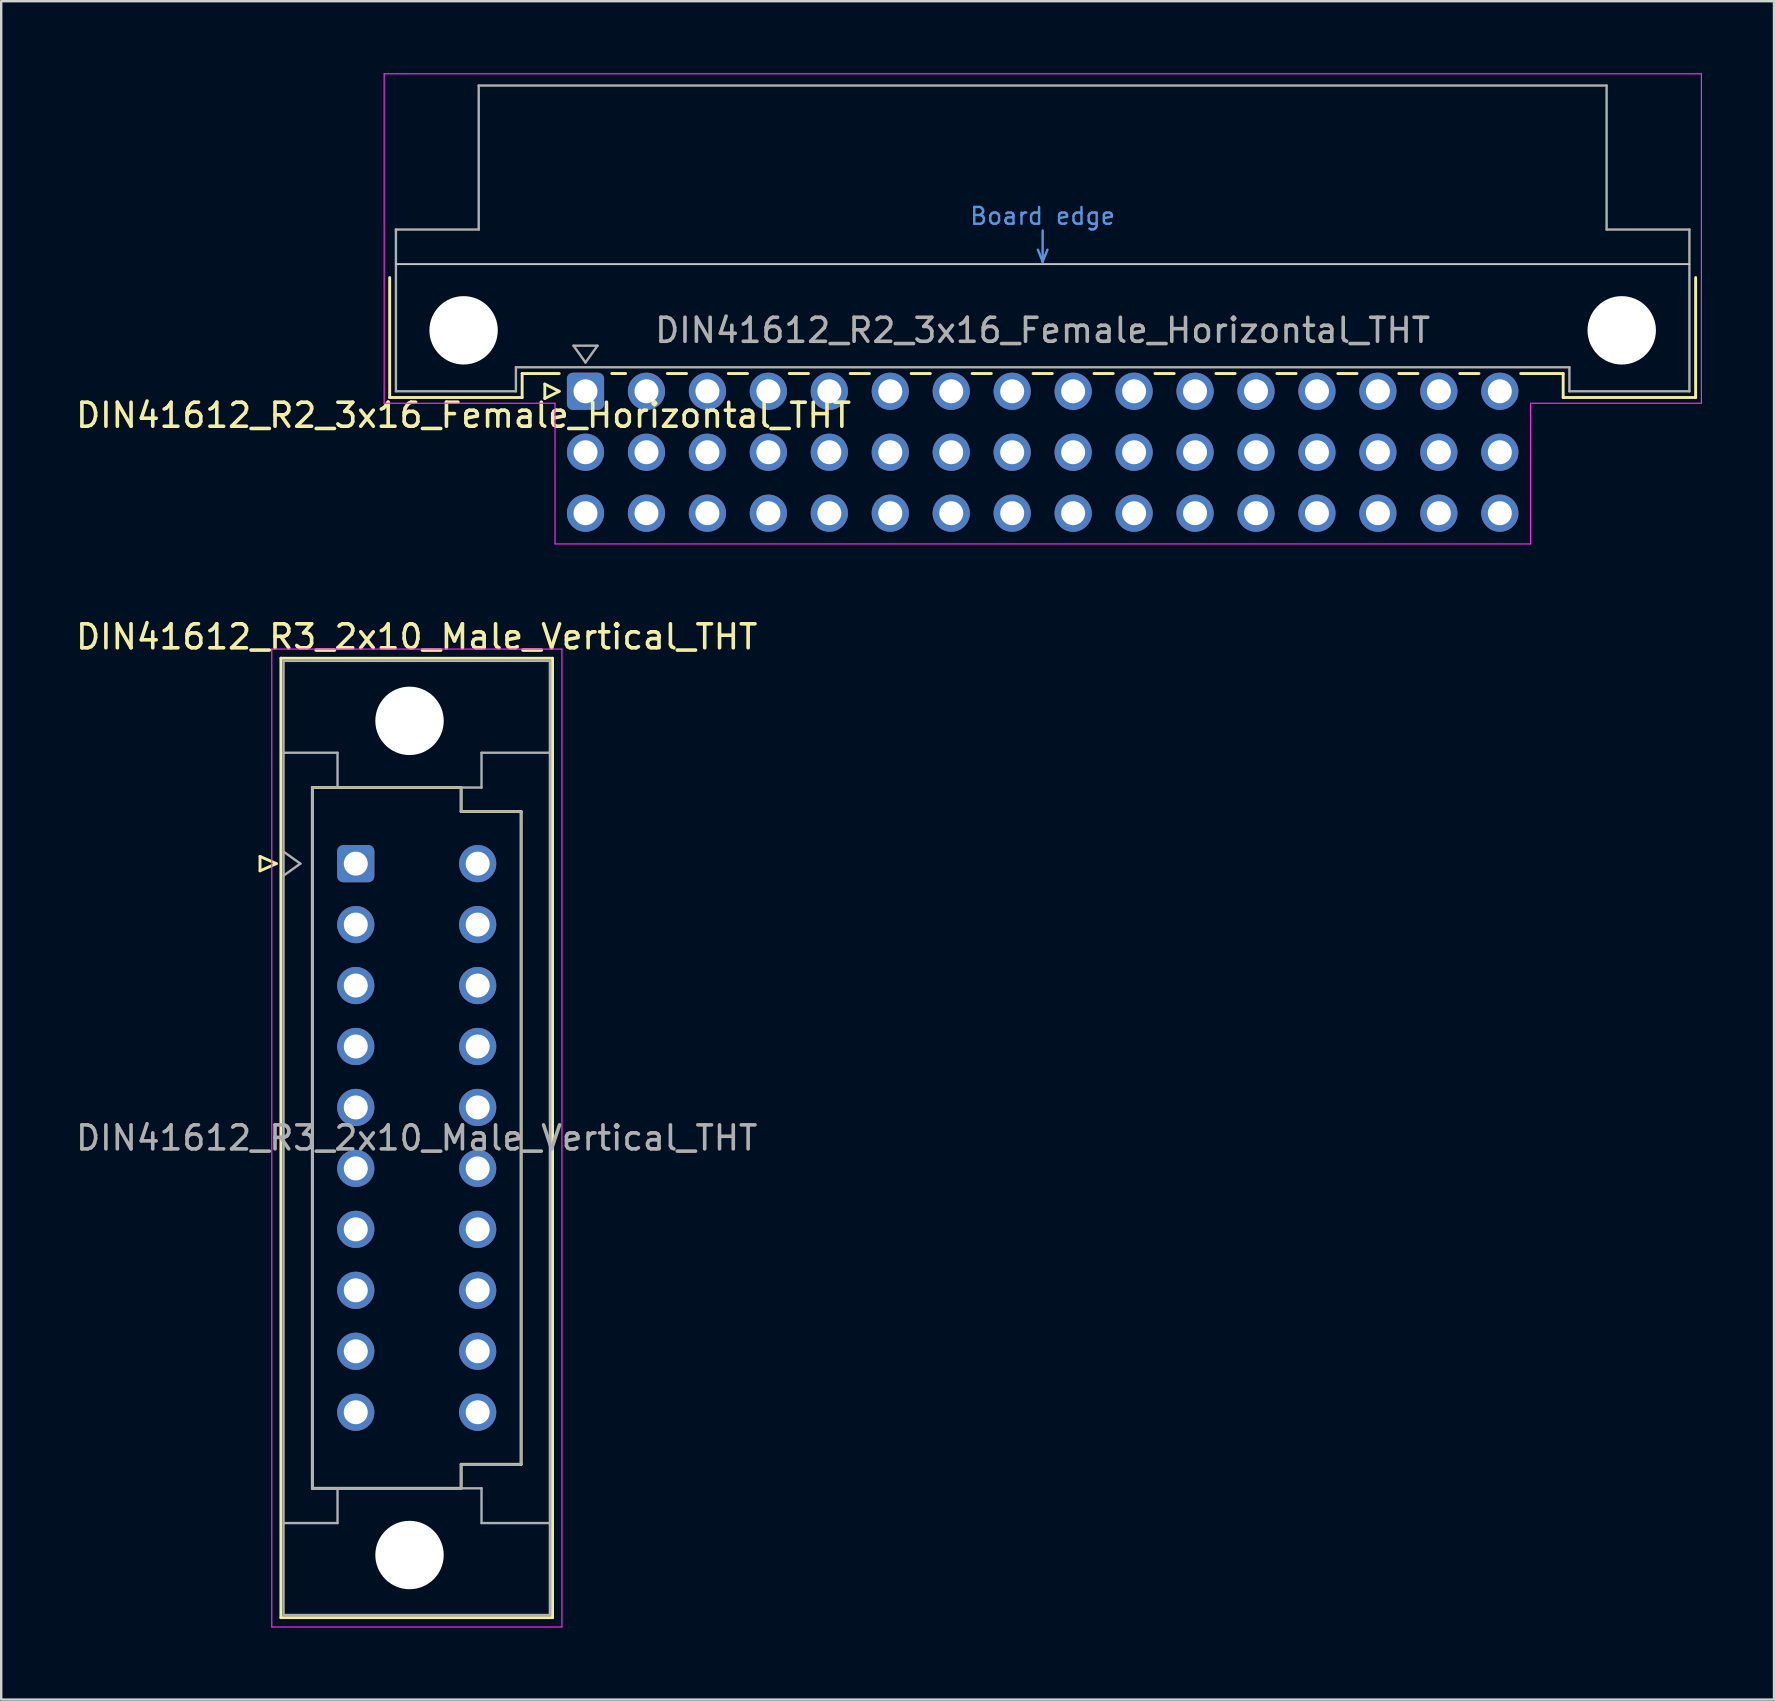
<source format=kicad_pcb>
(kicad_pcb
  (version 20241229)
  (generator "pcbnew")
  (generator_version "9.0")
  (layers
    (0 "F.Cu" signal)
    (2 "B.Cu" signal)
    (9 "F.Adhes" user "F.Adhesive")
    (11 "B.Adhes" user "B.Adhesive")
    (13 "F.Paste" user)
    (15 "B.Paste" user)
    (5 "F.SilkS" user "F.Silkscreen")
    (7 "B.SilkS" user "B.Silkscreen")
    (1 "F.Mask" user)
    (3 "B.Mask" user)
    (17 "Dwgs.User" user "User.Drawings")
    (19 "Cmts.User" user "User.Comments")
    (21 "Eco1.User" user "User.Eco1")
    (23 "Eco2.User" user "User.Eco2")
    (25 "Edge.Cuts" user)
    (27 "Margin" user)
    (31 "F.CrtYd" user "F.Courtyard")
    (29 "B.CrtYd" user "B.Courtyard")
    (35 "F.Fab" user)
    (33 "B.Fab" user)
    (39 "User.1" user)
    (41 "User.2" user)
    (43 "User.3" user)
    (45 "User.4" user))
  (footprint "DIN41612_R3_2x10_Male_Vertical_THT"
    (layer "F.Cu")
    (at 11.775 32.938)
    (property "Reference" "DIN41612_R3_2x10_Male_Vertical_THT" (at 2.54 -9.45 0) (layer "F.SilkS") (effects (font (size 1 1) (thickness 0.15))))
    (attr through_hole)
    (fp_line (start -3.99 -0.3) (end -3.99 0.3) (stroke (width 0.12) (type solid)) (layer "F.SilkS"))
    (fp_line (start -3.99 0.3) (end -3.31 0) (stroke (width 0.12) (type solid)) (layer "F.SilkS"))
    (fp_line (start -3.31 0) (end -3.99 -0.3) (stroke (width 0.12) (type solid)) (layer "F.SilkS"))
    (fp_line (start -3.12 -8.56) (end 8.2 -8.56) (stroke (width 0.12) (type solid)) (layer "F.SilkS"))
    (fp_line (start -3.12 31.42) (end -3.12 -8.56) (stroke (width 0.12) (type solid)) (layer "F.SilkS"))
    (fp_line (start -1.81 -3.17) (end 4.39 -3.17) (stroke (width 0.12) (type solid)) (layer "F.SilkS"))
    (fp_line (start -1.81 26.03) (end -1.81 -3.17) (stroke (width 0.12) (type solid)) (layer "F.SilkS"))
    (fp_line (start 4.39 -3.17) (end 4.39 -2.17) (stroke (width 0.12) (type solid)) (layer "F.SilkS"))
    (fp_line (start 4.39 -2.17) (end 6.89 -2.17) (stroke (width 0.12) (type solid)) (layer "F.SilkS"))
    (fp_line (start 4.39 25.03) (end 4.39 26.03) (stroke (width 0.12) (type solid)) (layer "F.SilkS"))
    (fp_line (start 4.39 26.03) (end -1.81 26.03) (stroke (width 0.12) (type solid)) (layer "F.SilkS"))
    (fp_line (start 6.89 -2.17) (end 6.89 25.03) (stroke (width 0.12) (type solid)) (layer "F.SilkS"))
    (fp_line (start 6.89 25.03) (end 4.39 25.03) (stroke (width 0.12) (type solid)) (layer "F.SilkS"))
    (fp_line (start 8.2 -8.56) (end 8.2 31.42) (stroke (width 0.12) (type solid)) (layer "F.SilkS"))
    (fp_line (start 8.2 31.42) (end -3.12 31.42) (stroke (width 0.12) (type solid)) (layer "F.SilkS"))
    (fp_line (start -3.5 -8.94) (end 8.59 -8.94) (stroke (width 0.05) (type solid)) (layer "F.CrtYd"))
    (fp_line (start -3.5 31.81) (end -3.5 -8.94) (stroke (width 0.05) (type solid)) (layer "F.CrtYd"))
    (fp_line (start 8.59 -8.94) (end 8.59 31.81) (stroke (width 0.05) (type solid)) (layer "F.CrtYd"))
    (fp_line (start 8.59 31.81) (end -3.5 31.81) (stroke (width 0.05) (type solid)) (layer "F.CrtYd"))
    (fp_line (start -3.01 -8.45) (end 8.09 -8.45) (stroke (width 0.1) (type solid)) (layer "F.Fab"))
    (fp_line (start -3.01 -4.62) (end -0.76 -4.62) (stroke (width 0.1) (type solid)) (layer "F.Fab"))
    (fp_line (start -3.01 -0.5) (end -2.31 0) (stroke (width 0.1) (type solid)) (layer "F.Fab"))
    (fp_line (start -3.01 27.48) (end -0.76 27.48) (stroke (width 0.1) (type solid)) (layer "F.Fab"))
    (fp_line (start -3.01 31.31) (end -3.01 -8.45) (stroke (width 0.1) (type solid)) (layer "F.Fab"))
    (fp_line (start -2.31 0) (end -3.01 0.5) (stroke (width 0.1) (type solid)) (layer "F.Fab"))
    (fp_line (start -1.81 -3.17) (end 4.39 -3.17) (stroke (width 0.1) (type solid)) (layer "F.Fab"))
    (fp_line (start -1.81 26.03) (end -1.81 -3.17) (stroke (width 0.1) (type solid)) (layer "F.Fab"))
    (fp_line (start -0.76 -4.62) (end -0.76 -3.17) (stroke (width 0.1) (type solid)) (layer "F.Fab"))
    (fp_line (start -0.76 27.48) (end -0.76 26.03) (stroke (width 0.1) (type solid)) (layer "F.Fab"))
    (fp_line (start 4.39 -3.17) (end 4.39 -2.17) (stroke (width 0.1) (type solid)) (layer "F.Fab"))
    (fp_line (start 4.39 -3.17) (end 5.24 -3.17) (stroke (width 0.1) (type solid)) (layer "F.Fab"))
    (fp_line (start 4.39 -2.17) (end 6.89 -2.17) (stroke (width 0.1) (type solid)) (layer "F.Fab"))
    (fp_line (start 4.39 25.03) (end 4.39 26.03) (stroke (width 0.1) (type solid)) (layer "F.Fab"))
    (fp_line (start 4.39 26.03) (end -1.81 26.03) (stroke (width 0.1) (type solid)) (layer "F.Fab"))
    (fp_line (start 4.39 26.03) (end 5.24 26.03) (stroke (width 0.1) (type solid)) (layer "F.Fab"))
    (fp_line (start 5.24 -4.62) (end 8.09 -4.62) (stroke (width 0.1) (type solid)) (layer "F.Fab"))
    (fp_line (start 5.24 -3.17) (end 5.24 -4.62) (stroke (width 0.1) (type solid)) (layer "F.Fab"))
    (fp_line (start 5.24 26.03) (end 5.24 27.48) (stroke (width 0.1) (type solid)) (layer "F.Fab"))
    (fp_line (start 5.24 27.48) (end 8.09 27.48) (stroke (width 0.1) (type solid)) (layer "F.Fab"))
    (fp_line (start 6.89 -2.17) (end 6.89 25.03) (stroke (width 0.1) (type solid)) (layer "F.Fab"))
    (fp_line (start 6.89 25.03) (end 4.39 25.03) (stroke (width 0.1) (type solid)) (layer "F.Fab"))
    (fp_line (start 8.09 -8.45) (end 8.09 31.31) (stroke (width 0.1) (type solid)) (layer "F.Fab"))
    (fp_line (start 8.09 31.31) (end -3.01 31.31) (stroke (width 0.1) (type solid)) (layer "F.Fab"))
    (fp_text user "${REFERENCE}" (at 2.54 11.43 0) (layer "F.Fab") (effects (font (size 1 1) (thickness 0.15))))
    (pad "" np_thru_hole circle (at 2.24 -5.95) (size 2.85 2.85) (drill 2.85) (layers "*.Cu" "*.Mask"))
    (pad "" np_thru_hole circle (at 2.24 28.81) (size 2.85 2.85) (drill 2.85) (layers "*.Cu" "*.Mask"))
    (pad "a1" thru_hole roundrect (at 0 0) (size 1.55 1.55) (drill 1) (layers "*.Cu" "*.Mask") (roundrect_rratio 0.161))
    (pad "a2" thru_hole circle (at 0 2.54) (size 1.55 1.55) (drill 1) (layers "*.Cu" "*.Mask"))
    (pad "a3" thru_hole circle (at 0 5.08) (size 1.55 1.55) (drill 1) (layers "*.Cu" "*.Mask"))
    (pad "a4" thru_hole circle (at 0 7.62) (size 1.55 1.55) (drill 1) (layers "*.Cu" "*.Mask"))
    (pad "a5" thru_hole circle (at 0 10.16) (size 1.55 1.55) (drill 1) (layers "*.Cu" "*.Mask"))
    (pad "a6" thru_hole circle (at 0 12.7) (size 1.55 1.55) (drill 1) (layers "*.Cu" "*.Mask"))
    (pad "a7" thru_hole circle (at 0 15.24) (size 1.55 1.55) (drill 1) (layers "*.Cu" "*.Mask"))
    (pad "a8" thru_hole circle (at 0 17.78) (size 1.55 1.55) (drill 1) (layers "*.Cu" "*.Mask"))
    (pad "a9" thru_hole circle (at 0 20.32) (size 1.55 1.55) (drill 1) (layers "*.Cu" "*.Mask"))
    (pad "a10" thru_hole circle (at 0 22.86) (size 1.55 1.55) (drill 1) (layers "*.Cu" "*.Mask"))
    (pad "c1" thru_hole circle (at 5.08 0) (size 1.55 1.55) (drill 1) (layers "*.Cu" "*.Mask"))
    (pad "c2" thru_hole circle (at 5.08 2.54) (size 1.55 1.55) (drill 1) (layers "*.Cu" "*.Mask"))
    (pad "c3" thru_hole circle (at 5.08 5.08) (size 1.55 1.55) (drill 1) (layers "*.Cu" "*.Mask"))
    (pad "c4" thru_hole circle (at 5.08 7.62) (size 1.55 1.55) (drill 1) (layers "*.Cu" "*.Mask"))
    (pad "c5" thru_hole circle (at 5.08 10.16) (size 1.55 1.55) (drill 1) (layers "*.Cu" "*.Mask"))
    (pad "c6" thru_hole circle (at 5.08 12.7) (size 1.55 1.55) (drill 1) (layers "*.Cu" "*.Mask"))
    (pad "c7" thru_hole circle (at 5.08 15.24) (size 1.55 1.55) (drill 1) (layers "*.Cu" "*.Mask"))
    (pad "c8" thru_hole circle (at 5.08 17.78) (size 1.55 1.55) (drill 1) (layers "*.Cu" "*.Mask"))
    (pad "c9" thru_hole circle (at 5.08 20.32) (size 1.55 1.55) (drill 1) (layers "*.Cu" "*.Mask"))
    (pad "c10" thru_hole circle (at 5.08 22.86) (size 1.55 1.55) (drill 1) (layers "*.Cu" "*.Mask")))
  (footprint "DIN41612_R2_3x16_Female_Horizontal_THT"
    (layer "F.Cu")
    (at 21.348 13.255)
    (property "Reference" "DIN41612_R2_3x16_Female_Horizontal_THT" (at -5.08 1 0) (layer "F.SilkS") (effects (font (size 1 1) (thickness 0.15))))
    (attr through_hole)
    (fp_line (start -8.16 -4.74) (end -8.16 0.26) (stroke (width 0.12) (type solid)) (layer "F.SilkS"))
    (fp_line (start -8.16 0.26) (end -2.64 0.26) (stroke (width 0.12) (type solid)) (layer "F.SilkS"))
    (fp_line (start -2.64 -0.74) (end -1.095 -0.74) (stroke (width 0.12) (type solid)) (layer "F.SilkS"))
    (fp_line (start -2.64 0.26) (end -2.64 -0.74) (stroke (width 0.12) (type solid)) (layer "F.SilkS"))
    (fp_line (start -1.695 -0.3) (end -1.695 0.3) (stroke (width 0.12) (type solid)) (layer "F.SilkS"))
    (fp_line (start -1.695 0.3) (end -1.095 0) (stroke (width 0.12) (type solid)) (layer "F.SilkS"))
    (fp_line (start -1.095 0) (end -1.695 -0.3) (stroke (width 0.12) (type solid)) (layer "F.SilkS"))
    (fp_line (start 1.095 -0.74) (end 1.671 -0.74) (stroke (width 0.12) (type solid)) (layer "F.SilkS"))
    (fp_line (start 3.41 -0.74) (end 4.211 -0.74) (stroke (width 0.12) (type solid)) (layer "F.SilkS"))
    (fp_line (start 5.95 -0.74) (end 6.751 -0.74) (stroke (width 0.12) (type solid)) (layer "F.SilkS"))
    (fp_line (start 8.49 -0.74) (end 9.291 -0.74) (stroke (width 0.12) (type solid)) (layer "F.SilkS"))
    (fp_line (start 11.03 -0.74) (end 11.831 -0.74) (stroke (width 0.12) (type solid)) (layer "F.SilkS"))
    (fp_line (start 13.57 -0.74) (end 14.371 -0.74) (stroke (width 0.12) (type solid)) (layer "F.SilkS"))
    (fp_line (start 16.11 -0.74) (end 16.911 -0.74) (stroke (width 0.12) (type solid)) (layer "F.SilkS"))
    (fp_line (start 18.65 -0.74) (end 19.451 -0.74) (stroke (width 0.12) (type solid)) (layer "F.SilkS"))
    (fp_line (start 21.19 -0.74) (end 21.991 -0.74) (stroke (width 0.12) (type solid)) (layer "F.SilkS"))
    (fp_line (start 23.73 -0.74) (end 24.531 -0.74) (stroke (width 0.12) (type solid)) (layer "F.SilkS"))
    (fp_line (start 26.27 -0.74) (end 27.071 -0.74) (stroke (width 0.12) (type solid)) (layer "F.SilkS"))
    (fp_line (start 28.81 -0.74) (end 29.611 -0.74) (stroke (width 0.12) (type solid)) (layer "F.SilkS"))
    (fp_line (start 31.35 -0.74) (end 32.151 -0.74) (stroke (width 0.12) (type solid)) (layer "F.SilkS"))
    (fp_line (start 33.89 -0.74) (end 34.691 -0.74) (stroke (width 0.12) (type solid)) (layer "F.SilkS"))
    (fp_line (start 36.43 -0.74) (end 37.231 -0.74) (stroke (width 0.12) (type solid)) (layer "F.SilkS"))
    (fp_line (start 38.97 -0.74) (end 40.74 -0.74) (stroke (width 0.12) (type solid)) (layer "F.SilkS"))
    (fp_line (start 40.74 0.26) (end 40.74 -0.74) (stroke (width 0.12) (type solid)) (layer "F.SilkS"))
    (fp_line (start 46.26 -4.74) (end 46.26 0.26) (stroke (width 0.12) (type solid)) (layer "F.SilkS"))
    (fp_line (start 46.26 0.26) (end 40.74 0.26) (stroke (width 0.12) (type solid)) (layer "F.SilkS"))
    (fp_line (start -7.9 -5.3) (end 46 -5.3) (stroke (width 0.08) (type solid)) (layer "Dwgs.User"))
    (fp_line (start 18.85 -5.9) (end 19.05 -5.4) (stroke (width 0.1) (type solid)) (layer "Cmts.User"))
    (fp_line (start 19.05 -5.4) (end 19.05 -6.7) (stroke (width 0.1) (type solid)) (layer "Cmts.User"))
    (fp_line (start 19.05 -5.4) (end 19.25 -5.9) (stroke (width 0.1) (type solid)) (layer "Cmts.User"))
    (fp_line (start -8.39 -13.23) (end -8.39 0.5) (stroke (width 0.05) (type solid)) (layer "F.CrtYd"))
    (fp_line (start -8.39 0.5) (end -1.27 0.5) (stroke (width 0.05) (type solid)) (layer "F.CrtYd"))
    (fp_line (start -1.27 0.5) (end -1.27 6.36) (stroke (width 0.05) (type solid)) (layer "F.CrtYd"))
    (fp_line (start -1.27 6.36) (end 39.38 6.36) (stroke (width 0.05) (type solid)) (layer "F.CrtYd"))
    (fp_line (start 39.38 0.5) (end 46.5 0.5) (stroke (width 0.05) (type solid)) (layer "F.CrtYd"))
    (fp_line (start 39.38 6.36) (end 39.38 0.5) (stroke (width 0.05) (type solid)) (layer "F.CrtYd"))
    (fp_line (start 46.5 -13.23) (end -8.39 -13.23) (stroke (width 0.05) (type solid)) (layer "F.CrtYd"))
    (fp_line (start 46.5 0.5) (end 46.5 -13.23) (stroke (width 0.05) (type solid)) (layer "F.CrtYd"))
    (fp_line (start -7.9 -6.74) (end -7.9 0) (stroke (width 0.1) (type solid)) (layer "F.Fab"))
    (fp_line (start -7.9 0) (end -2.9 0) (stroke (width 0.1) (type solid)) (layer "F.Fab"))
    (fp_line (start -4.45 -12.74) (end -4.45 -6.74) (stroke (width 0.1) (type solid)) (layer "F.Fab"))
    (fp_line (start -4.45 -6.74) (end -7.9 -6.74) (stroke (width 0.1) (type solid)) (layer "F.Fab"))
    (fp_line (start -2.9 -1) (end 41 -1) (stroke (width 0.1) (type solid)) (layer "F.Fab"))
    (fp_line (start -2.9 0) (end -2.9 -1) (stroke (width 0.1) (type solid)) (layer "F.Fab"))
    (fp_line (start -0.5 -1.9) (end 0.5 -1.9) (stroke (width 0.1) (type solid)) (layer "F.Fab"))
    (fp_line (start 0 -1.2) (end -0.5 -1.9) (stroke (width 0.1) (type solid)) (layer "F.Fab"))
    (fp_line (start 0.5 -1.9) (end 0 -1.2) (stroke (width 0.1) (type solid)) (layer "F.Fab"))
    (fp_line (start 41 -1) (end 41 0) (stroke (width 0.1) (type solid)) (layer "F.Fab"))
    (fp_line (start 41 0) (end 46 0) (stroke (width 0.1) (type solid)) (layer "F.Fab"))
    (fp_line (start 42.55 -12.74) (end -4.45 -12.74) (stroke (width 0.1) (type solid)) (layer "F.Fab"))
    (fp_line (start 42.55 -6.74) (end 42.55 -12.74) (stroke (width 0.1) (type solid)) (layer "F.Fab"))
    (fp_line (start 46 -6.74) (end 42.55 -6.74) (stroke (width 0.1) (type solid)) (layer "F.Fab"))
    (fp_line (start 46 0) (end 46 -6.74) (stroke (width 0.1) (type solid)) (layer "F.Fab"))
    (fp_text user "Board edge" (at 19.05 -7.3 0) (layer "Cmts.User") (effects (font (size 0.7 0.7) (thickness 0.1))))
    (fp_text user "${REFERENCE}" (at 19.05 -2.54 0) (layer "F.Fab") (effects (font (size 1 1) (thickness 0.15))))
    (pad "" np_thru_hole circle (at -5.08 -2.54) (size 2.85 2.85) (drill 2.85) (layers "*.Cu" "*.Mask"))
    (pad "" np_thru_hole circle (at 43.18 -2.54) (size 2.85 2.85) (drill 2.85) (layers "*.Cu" "*.Mask"))
    (pad "a1" thru_hole roundrect (at 0 0) (size 1.55 1.55) (drill 1) (layers "*.Cu" "*.Mask") (roundrect_rratio 0.161))
    (pad "a2" thru_hole circle (at 2.54 0) (size 1.55 1.55) (drill 1) (layers "*.Cu" "*.Mask"))
    (pad "a3" thru_hole circle (at 5.08 0) (size 1.55 1.55) (drill 1) (layers "*.Cu" "*.Mask"))
    (pad "a4" thru_hole circle (at 7.62 0) (size 1.55 1.55) (drill 1) (layers "*.Cu" "*.Mask"))
    (pad "a5" thru_hole circle (at 10.16 0) (size 1.55 1.55) (drill 1) (layers "*.Cu" "*.Mask"))
    (pad "a6" thru_hole circle (at 12.7 0) (size 1.55 1.55) (drill 1) (layers "*.Cu" "*.Mask"))
    (pad "a7" thru_hole circle (at 15.24 0) (size 1.55 1.55) (drill 1) (layers "*.Cu" "*.Mask"))
    (pad "a8" thru_hole circle (at 17.78 0) (size 1.55 1.55) (drill 1) (layers "*.Cu" "*.Mask"))
    (pad "a9" thru_hole circle (at 20.32 0) (size 1.55 1.55) (drill 1) (layers "*.Cu" "*.Mask"))
    (pad "a10" thru_hole circle (at 22.86 0) (size 1.55 1.55) (drill 1) (layers "*.Cu" "*.Mask"))
    (pad "a11" thru_hole circle (at 25.4 0) (size 1.55 1.55) (drill 1) (layers "*.Cu" "*.Mask"))
    (pad "a12" thru_hole circle (at 27.94 0) (size 1.55 1.55) (drill 1) (layers "*.Cu" "*.Mask"))
    (pad "a13" thru_hole circle (at 30.48 0) (size 1.55 1.55) (drill 1) (layers "*.Cu" "*.Mask"))
    (pad "a14" thru_hole circle (at 33.02 0) (size 1.55 1.55) (drill 1) (layers "*.Cu" "*.Mask"))
    (pad "a15" thru_hole circle (at 35.56 0) (size 1.55 1.55) (drill 1) (layers "*.Cu" "*.Mask"))
    (pad "a16" thru_hole circle (at 38.1 0) (size 1.55 1.55) (drill 1) (layers "*.Cu" "*.Mask"))
    (pad "b1" thru_hole circle (at 0 2.54) (size 1.55 1.55) (drill 1) (layers "*.Cu" "*.Mask"))
    (pad "b2" thru_hole circle (at 2.54 2.54) (size 1.55 1.55) (drill 1) (layers "*.Cu" "*.Mask"))
    (pad "b3" thru_hole circle (at 5.08 2.54) (size 1.55 1.55) (drill 1) (layers "*.Cu" "*.Mask"))
    (pad "b4" thru_hole circle (at 7.62 2.54) (size 1.55 1.55) (drill 1) (layers "*.Cu" "*.Mask"))
    (pad "b5" thru_hole circle (at 10.16 2.54) (size 1.55 1.55) (drill 1) (layers "*.Cu" "*.Mask"))
    (pad "b6" thru_hole circle (at 12.7 2.54) (size 1.55 1.55) (drill 1) (layers "*.Cu" "*.Mask"))
    (pad "b7" thru_hole circle (at 15.24 2.54) (size 1.55 1.55) (drill 1) (layers "*.Cu" "*.Mask"))
    (pad "b8" thru_hole circle (at 17.78 2.54) (size 1.55 1.55) (drill 1) (layers "*.Cu" "*.Mask"))
    (pad "b9" thru_hole circle (at 20.32 2.54) (size 1.55 1.55) (drill 1) (layers "*.Cu" "*.Mask"))
    (pad "b10" thru_hole circle (at 22.86 2.54) (size 1.55 1.55) (drill 1) (layers "*.Cu" "*.Mask"))
    (pad "b11" thru_hole circle (at 25.4 2.54) (size 1.55 1.55) (drill 1) (layers "*.Cu" "*.Mask"))
    (pad "b12" thru_hole circle (at 27.94 2.54) (size 1.55 1.55) (drill 1) (layers "*.Cu" "*.Mask"))
    (pad "b13" thru_hole circle (at 30.48 2.54) (size 1.55 1.55) (drill 1) (layers "*.Cu" "*.Mask"))
    (pad "b14" thru_hole circle (at 33.02 2.54) (size 1.55 1.55) (drill 1) (layers "*.Cu" "*.Mask"))
    (pad "b15" thru_hole circle (at 35.56 2.54) (size 1.55 1.55) (drill 1) (layers "*.Cu" "*.Mask"))
    (pad "b16" thru_hole circle (at 38.1 2.54) (size 1.55 1.55) (drill 1) (layers "*.Cu" "*.Mask"))
    (pad "c1" thru_hole circle (at 0 5.08) (size 1.55 1.55) (drill 1) (layers "*.Cu" "*.Mask"))
    (pad "c2" thru_hole circle (at 2.54 5.08) (size 1.55 1.55) (drill 1) (layers "*.Cu" "*.Mask"))
    (pad "c3" thru_hole circle (at 5.08 5.08) (size 1.55 1.55) (drill 1) (layers "*.Cu" "*.Mask"))
    (pad "c4" thru_hole circle (at 7.62 5.08) (size 1.55 1.55) (drill 1) (layers "*.Cu" "*.Mask"))
    (pad "c5" thru_hole circle (at 10.16 5.08) (size 1.55 1.55) (drill 1) (layers "*.Cu" "*.Mask"))
    (pad "c6" thru_hole circle (at 12.7 5.08) (size 1.55 1.55) (drill 1) (layers "*.Cu" "*.Mask"))
    (pad "c7" thru_hole circle (at 15.24 5.08) (size 1.55 1.55) (drill 1) (layers "*.Cu" "*.Mask"))
    (pad "c8" thru_hole circle (at 17.78 5.08) (size 1.55 1.55) (drill 1) (layers "*.Cu" "*.Mask"))
    (pad "c9" thru_hole circle (at 20.32 5.08) (size 1.55 1.55) (drill 1) (layers "*.Cu" "*.Mask"))
    (pad "c10" thru_hole circle (at 22.86 5.08) (size 1.55 1.55) (drill 1) (layers "*.Cu" "*.Mask"))
    (pad "c11" thru_hole circle (at 25.4 5.08) (size 1.55 1.55) (drill 1) (layers "*.Cu" "*.Mask"))
    (pad "c12" thru_hole circle (at 27.94 5.08) (size 1.55 1.55) (drill 1) (layers "*.Cu" "*.Mask"))
    (pad "c13" thru_hole circle (at 30.48 5.08) (size 1.55 1.55) (drill 1) (layers "*.Cu" "*.Mask"))
    (pad "c14" thru_hole circle (at 33.02 5.08) (size 1.55 1.55) (drill 1) (layers "*.Cu" "*.Mask"))
    (pad "c15" thru_hole circle (at 35.56 5.08) (size 1.55 1.55) (drill 1) (layers "*.Cu" "*.Mask"))
    (pad "c16" thru_hole circle (at 38.1 5.08) (size 1.55 1.55) (drill 1) (layers "*.Cu" "*.Mask")))
  (gr_rect
    (start -3 -3)
    (end 70.873 67.773)
    (stroke (width 0.1) (type default))
    (fill no)
    (layer "Edge.Cuts")))
</source>
